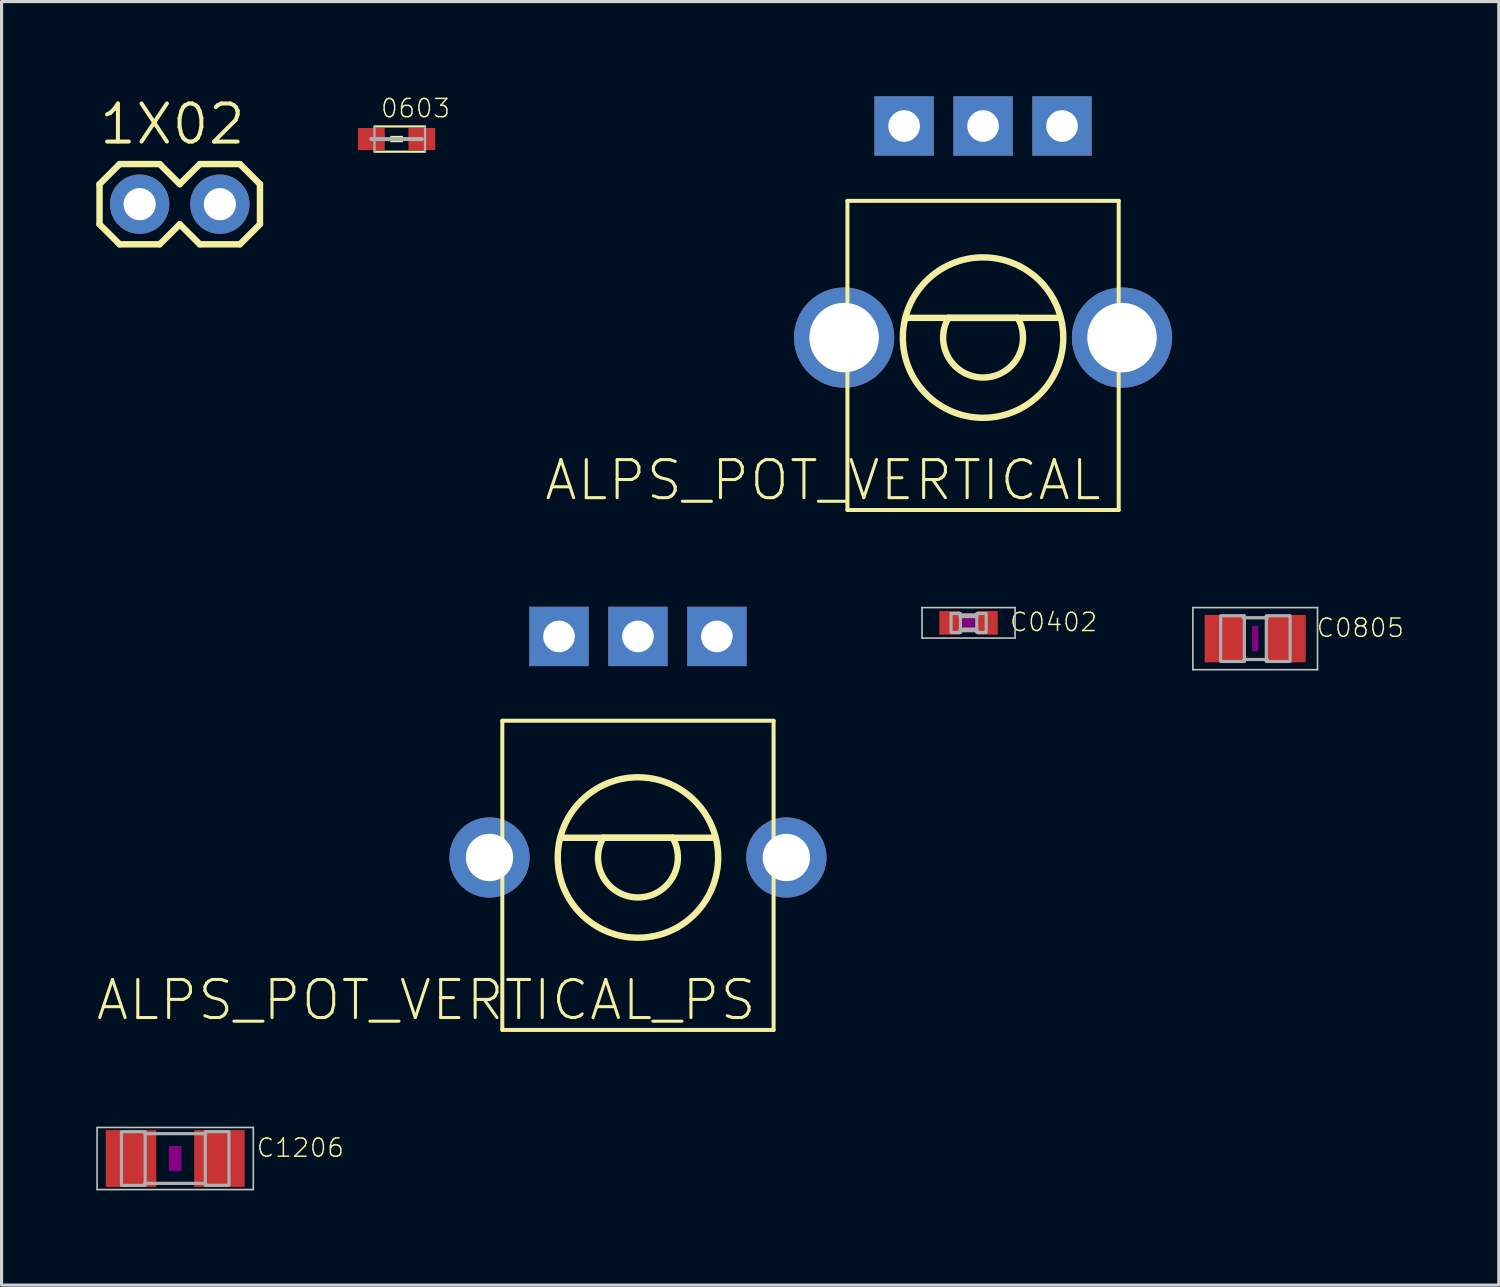
<source format=kicad_pcb>
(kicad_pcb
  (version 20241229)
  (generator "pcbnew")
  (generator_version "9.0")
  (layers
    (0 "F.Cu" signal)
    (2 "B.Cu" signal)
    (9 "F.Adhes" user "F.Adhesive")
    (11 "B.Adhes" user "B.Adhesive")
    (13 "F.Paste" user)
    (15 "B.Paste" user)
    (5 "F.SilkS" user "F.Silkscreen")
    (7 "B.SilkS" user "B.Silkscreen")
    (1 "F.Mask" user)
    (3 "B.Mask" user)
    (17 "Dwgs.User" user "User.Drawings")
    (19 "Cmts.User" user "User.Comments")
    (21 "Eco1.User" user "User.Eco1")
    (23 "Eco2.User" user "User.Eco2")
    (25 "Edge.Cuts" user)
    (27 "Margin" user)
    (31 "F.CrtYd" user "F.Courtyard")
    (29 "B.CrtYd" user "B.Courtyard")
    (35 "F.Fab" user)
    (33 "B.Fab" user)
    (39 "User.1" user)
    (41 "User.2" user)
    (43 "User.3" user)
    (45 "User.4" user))
  (footprint "C1206"
    (layer "F.Cu")
    (at 2.498 33.635)
    (property "Reference" "C1206" (at 2.54 0 0) (layer "F.SilkS") (effects (font (size 0.579 0.579) (thickness 0.046)) (justify left bottom)))
    (attr through_hole)
    (fp_poly (pts (xy -0.2 0.4) (xy 0.2 0.4) (xy 0.2 -0.4) (xy -0.2 -0.4)) (stroke (width 0) (type solid)) (fill yes) (layer "F.Adhes"))
    (fp_line (start -2.473 -0.983) (end 2.473 -0.983) (stroke (width 0.051) (type solid)) (layer "Dwgs.User"))
    (fp_line (start -2.473 0.983) (end -2.473 -0.983) (stroke (width 0.051) (type solid)) (layer "Dwgs.User"))
    (fp_line (start 2.473 -0.983) (end 2.473 0.983) (stroke (width 0.051) (type solid)) (layer "Dwgs.User"))
    (fp_line (start 2.473 0.983) (end -2.473 0.983) (stroke (width 0.051) (type solid)) (layer "Dwgs.User"))
    (fp_line (start -0.965 -0.787) (end 0.965 -0.787) (stroke (width 0.102) (type solid)) (layer "F.Fab"))
    (fp_line (start -0.965 0.787) (end 0.965 0.787) (stroke (width 0.102) (type solid)) (layer "F.Fab"))
    (fp_poly (pts (xy -1.702 0.851) (xy -0.952 0.851) (xy -0.952 -0.849) (xy -1.702 -0.849)) (stroke (width 0.1) (type solid)) (fill no) (layer "F.Fab"))
    (fp_poly (pts (xy 0.952 0.849) (xy 1.702 0.849) (xy 1.702 -0.851) (xy 0.952 -0.851)) (stroke (width 0.1) (type solid)) (fill no) (layer "F.Fab"))
    (pad "1" smd rect (at -1.4 0) (size 1.6 1.8) (layers "F.Cu" "F.Mask" "F.Paste"))
    (pad "2" smd rect (at 1.4 0) (size 1.6 1.8) (layers "F.Cu" "F.Mask" "F.Paste")))
  (footprint "1X02"
    (layer "F.Cu")
    (at 1.372 3.416)
    (property "Reference" "1X02" (at -1.346 -1.829 0) (layer "F.SilkS") (effects (font (size 1.206 1.206) (thickness 0.127)) (justify left bottom)))
    (attr through_hole)
    (fp_line (start -1.27 -0.635) (end -1.27 0.635) (stroke (width 0.203) (type solid)) (layer "F.SilkS"))
    (fp_line (start -1.27 0.635) (end -0.635 1.27) (stroke (width 0.203) (type solid)) (layer "F.SilkS"))
    (fp_line (start -0.635 -1.27) (end -1.27 -0.635) (stroke (width 0.203) (type solid)) (layer "F.SilkS"))
    (fp_line (start -0.635 -1.27) (end 0.635 -1.27) (stroke (width 0.203) (type solid)) (layer "F.SilkS"))
    (fp_line (start 0.635 -1.27) (end 1.27 -0.635) (stroke (width 0.203) (type solid)) (layer "F.SilkS"))
    (fp_line (start 0.635 1.27) (end -0.635 1.27) (stroke (width 0.203) (type solid)) (layer "F.SilkS"))
    (fp_line (start 1.27 -0.635) (end 1.905 -1.27) (stroke (width 0.203) (type solid)) (layer "F.SilkS"))
    (fp_line (start 1.27 0.635) (end 0.635 1.27) (stroke (width 0.203) (type solid)) (layer "F.SilkS"))
    (fp_line (start 1.905 -1.27) (end 3.175 -1.27) (stroke (width 0.203) (type solid)) (layer "F.SilkS"))
    (fp_line (start 1.905 1.27) (end 1.27 0.635) (stroke (width 0.203) (type solid)) (layer "F.SilkS"))
    (fp_line (start 3.175 -1.27) (end 3.81 -0.635) (stroke (width 0.203) (type solid)) (layer "F.SilkS"))
    (fp_line (start 3.175 1.27) (end 1.905 1.27) (stroke (width 0.203) (type solid)) (layer "F.SilkS"))
    (fp_line (start 3.81 -0.635) (end 3.81 0.635) (stroke (width 0.203) (type solid)) (layer "F.SilkS"))
    (fp_line (start 3.81 0.635) (end 3.175 1.27) (stroke (width 0.203) (type solid)) (layer "F.SilkS"))
    (fp_poly (pts (xy -0.254 0.254) (xy 0.254 0.254) (xy 0.254 -0.254) (xy -0.254 -0.254)) (stroke (width 0.1) (type solid)) (fill no) (layer "F.Fab"))
    (fp_poly (pts (xy 2.286 0.254) (xy 2.794 0.254) (xy 2.794 -0.254) (xy 2.286 -0.254)) (stroke (width 0.1) (type solid)) (fill no) (layer "F.Fab"))
    (pad "1" thru_hole circle (at 0 0 90) (size 1.88 1.88) (drill 1.016) (layers "*.Cu" "*.Mask"))
    (pad "2" thru_hole circle (at 2.54 0 90) (size 1.88 1.88) (drill 1.016) (layers "*.Cu" "*.Mask")))
  (footprint "0603"
    (layer "F.Cu")
    (at 9.608 1.353)
    (property "Reference" "0603" (at -0.635 -0.635 0) (layer "F.SilkS") (effects (font (size 0.579 0.579) (thickness 0.046)) (justify left bottom)))
    (attr through_hole)
    (fp_line (start -0.8 -0.4) (end 0.8 -0.4) (stroke (width 0.07) (type solid)) (layer "F.SilkS"))
    (fp_line (start 0.8 0.4) (end -0.8 0.4) (stroke (width 0.07) (type solid)) (layer "F.SilkS"))
    (fp_poly (pts (xy -0.3 0.1) (xy 0.1 0.1) (xy 0.1 -0.1) (xy -0.3 -0.1)) (stroke (width 0) (type solid)) (fill yes) (layer "F.SilkS"))
    (fp_line (start -0.9 0) (end 0.7 0) (stroke (width 0.127) (type solid)) (layer "F.Fab"))
    (fp_line (start -0.8 0.4) (end -0.8 -0.4) (stroke (width 0.07) (type solid)) (layer "F.Fab"))
    (fp_line (start 0.8 -0.4) (end 0.8 0.4) (stroke (width 0.07) (type solid)) (layer "F.Fab"))
    (pad "1" smd rect (at -0.9 0) (size 0.85 0.7) (layers "F.Cu" "F.Mask" "F.Paste"))
    (pad "2" smd rect (at 0.7 0) (size 0.85 0.7) (layers "F.Cu" "F.Mask" "F.Paste")))
  (footprint "ALPS_POT_VERTICAL_PS"
    (layer "F.Cu")
    (at 17.151 24.103)
    (property "Reference" "ALPS_POT_VERTICAL_PS" (at 3.81 3.81 180) (layer "F.SilkS") (effects (font (size 1.206 1.206) (thickness 0.097)) (justify right top)))
    (attr through_hole)
    (fp_line (start -4.295 -4.33) (end 4.295 -4.33) (stroke (width 0.127) (type solid)) (layer "F.SilkS"))
    (fp_line (start -4.295 5.46) (end -4.295 -4.33) (stroke (width 0.127) (type solid)) (layer "F.SilkS"))
    (fp_line (start -2.45 -0.625) (end 2.425 -0.625) (stroke (width 0.203) (type solid)) (layer "F.SilkS"))
    (fp_line (start -1.1 -0.625) (end 1.1 -0.625) (stroke (width 0.203) (type solid)) (layer "F.SilkS"))
    (fp_line (start 4.295 -4.33) (end 4.295 5.46) (stroke (width 0.127) (type solid)) (layer "F.SilkS"))
    (fp_line (start 4.295 5.46) (end -4.295 5.46) (stroke (width 0.127) (type solid)) (layer "F.SilkS"))
    (fp_arc (start 1.1 -0.625) (mid 0 1.265158) (end -1.1 -0.625) (stroke (width 0.2032) (type solid)) (layer "F.SilkS"))
    (fp_circle (center 0 0) (end 2.54 0) (stroke (width 0.203) (type solid)) (fill no) (layer "F.SilkS"))
    (pad "P$1" thru_hole rect (at -2.5 -7 270) (size 1.88 1.88) (drill 1) (layers "*.Cu" "*.Mask"))
    (pad "P$2" thru_hole rect (at 0 -7 270) (size 1.88 1.88) (drill 1) (layers "*.Cu" "*.Mask"))
    (pad "P$3" thru_hole rect (at 2.5 -7 270) (size 1.88 1.88) (drill 1) (layers "*.Cu" "*.Mask"))
    (pad "P$4" thru_hole circle (at -4.7 0 270) (size 2.54 2.54) (drill 1.5) (layers "*.Cu" "*.Mask"))
    (pad "P$5" thru_hole circle (at 4.7 0 270) (size 2.54 2.54) (drill 1.5) (layers "*.Cu" "*.Mask")))
  (footprint "C0805"
    (layer "F.Cu")
    (at 36.696 17.172)
    (property "Reference" "C0805" (at 1.905 0 180) (layer "F.SilkS") (effects (font (size 0.579 0.579) (thickness 0.046)) (justify left bottom)))
    (attr through_hole)
    (fp_poly (pts (xy -0.1 0.4) (xy 0.1 0.4) (xy 0.1 -0.4) (xy -0.1 -0.4)) (stroke (width 0) (type solid)) (fill yes) (layer "F.Adhes"))
    (fp_line (start -1.973 -0.983) (end 1.973 -0.983) (stroke (width 0.051) (type solid)) (layer "Dwgs.User"))
    (fp_line (start -1.973 0.983) (end -1.973 -0.983) (stroke (width 0.051) (type solid)) (layer "Dwgs.User"))
    (fp_line (start 1.973 -0.983) (end 1.973 0.983) (stroke (width 0.051) (type solid)) (layer "Dwgs.User"))
    (fp_line (start 1.973 0.983) (end -1.973 0.983) (stroke (width 0.051) (type solid)) (layer "Dwgs.User"))
    (fp_line (start -0.381 -0.66) (end 0.381 -0.66) (stroke (width 0.102) (type solid)) (layer "F.Fab"))
    (fp_line (start -0.356 0.66) (end 0.381 0.66) (stroke (width 0.102) (type solid)) (layer "F.Fab"))
    (fp_poly (pts (xy -1.092 0.724) (xy -0.342 0.724) (xy -0.342 -0.726) (xy -1.092 -0.726)) (stroke (width 0.1) (type solid)) (fill no) (layer "F.Fab"))
    (fp_poly (pts (xy 0.356 0.724) (xy 1.106 0.724) (xy 1.106 -0.726) (xy 0.356 -0.726)) (stroke (width 0.1) (type solid)) (fill no) (layer "F.Fab"))
    (pad "1" smd rect (at -0.95 0) (size 1.3 1.5) (layers "F.Cu" "F.Mask" "F.Paste"))
    (pad "2" smd rect (at 0.95 0) (size 1.3 1.5) (layers "F.Cu" "F.Mask" "F.Paste")))
  (footprint "ALPS_POT_VERTICAL"
    (layer "F.Cu")
    (at 28.079 7.64)
    (property "Reference" "ALPS_POT_VERTICAL" (at 3.81 3.81 180) (layer "F.SilkS") (effects (font (size 1.206 1.206) (thickness 0.097)) (justify right top)))
    (attr through_hole)
    (fp_line (start -4.295 -4.33) (end 4.295 -4.33) (stroke (width 0.127) (type solid)) (layer "F.SilkS"))
    (fp_line (start -4.295 5.46) (end -4.295 -4.33) (stroke (width 0.127) (type solid)) (layer "F.SilkS"))
    (fp_line (start -2.45 -0.625) (end 2.425 -0.625) (stroke (width 0.203) (type solid)) (layer "F.SilkS"))
    (fp_line (start -1.1 -0.625) (end 1.1 -0.625) (stroke (width 0.203) (type solid)) (layer "F.SilkS"))
    (fp_line (start 4.295 -4.33) (end 4.295 5.46) (stroke (width 0.127) (type solid)) (layer "F.SilkS"))
    (fp_line (start 4.295 5.46) (end -4.295 5.46) (stroke (width 0.127) (type solid)) (layer "F.SilkS"))
    (fp_arc (start 1.1 -0.625) (mid 0 1.265158) (end -1.1 -0.625) (stroke (width 0.2032) (type solid)) (layer "F.SilkS"))
    (fp_circle (center 0 0) (end 2.54 0) (stroke (width 0.203) (type solid)) (fill no) (layer "F.SilkS"))
    (pad "P$1" thru_hole rect (at -2.5 -6.7 270) (size 1.88 1.88) (drill 1) (layers "*.Cu" "*.Mask"))
    (pad "P$2" thru_hole rect (at 0 -6.7 270) (size 1.88 1.88) (drill 1) (layers "*.Cu" "*.Mask"))
    (pad "P$3" thru_hole rect (at 2.5 -6.7 270) (size 1.88 1.88) (drill 1) (layers "*.Cu" "*.Mask"))
    (pad "P$4" thru_hole circle (at -4.4 0 270) (size 3.175 3.175) (drill 2.2) (layers "*.Cu" "*.Mask"))
    (pad "P$5" thru_hole circle (at 4.4 0 270) (size 3.175 3.175) (drill 2.2) (layers "*.Cu" "*.Mask")))
  (footprint "C0402"
    (layer "F.Cu")
    (at 27.619 16.672)
    (property "Reference" "C0402" (at 1.27 0.317 0) (layer "F.SilkS") (effects (font (size 0.579 0.579) (thickness 0.046)) (justify left bottom)))
    (attr through_hole)
    (fp_poly (pts (xy -0.2 0.3) (xy 0.2 0.3) (xy 0.2 -0.3) (xy -0.2 -0.3)) (stroke (width 0) (type solid)) (fill yes) (layer "F.Adhes"))
    (fp_line (start -1.473 -0.483) (end 1.473 -0.483) (stroke (width 0.051) (type solid)) (layer "Dwgs.User"))
    (fp_line (start -1.473 0.483) (end -1.473 -0.483) (stroke (width 0.051) (type solid)) (layer "Dwgs.User"))
    (fp_line (start 1.473 -0.483) (end 1.473 0.483) (stroke (width 0.051) (type solid)) (layer "Dwgs.User"))
    (fp_line (start 1.473 0.483) (end -1.473 0.483) (stroke (width 0.051) (type solid)) (layer "Dwgs.User"))
    (fp_line (start -0.245 -0.224) (end 0.245 -0.224) (stroke (width 0.152) (type solid)) (layer "F.Fab"))
    (fp_line (start 0.245 0.224) (end -0.245 0.224) (stroke (width 0.152) (type solid)) (layer "F.Fab"))
    (fp_poly (pts (xy -0.554 0.305) (xy -0.254 0.305) (xy -0.254 -0.295) (xy -0.554 -0.295)) (stroke (width 0.1) (type solid)) (fill no) (layer "F.Fab"))
    (fp_poly (pts (xy 0.259 0.305) (xy 0.559 0.305) (xy 0.559 -0.295) (xy 0.259 -0.295)) (stroke (width 0.1) (type solid)) (fill no) (layer "F.Fab"))
    (pad "1" smd rect (at -0.6 0) (size 0.65 0.75) (layers "F.Cu" "F.Mask" "F.Paste"))
    (pad "2" smd rect (at 0.6 0) (size 0.65 0.75) (layers "F.Cu" "F.Mask" "F.Paste")))
  (gr_rect
    (start -3 -3)
    (end 44.41 37.643)
    (stroke (width 0.1) (type default))
    (fill no)
    (layer "Edge.Cuts")))
</source>
